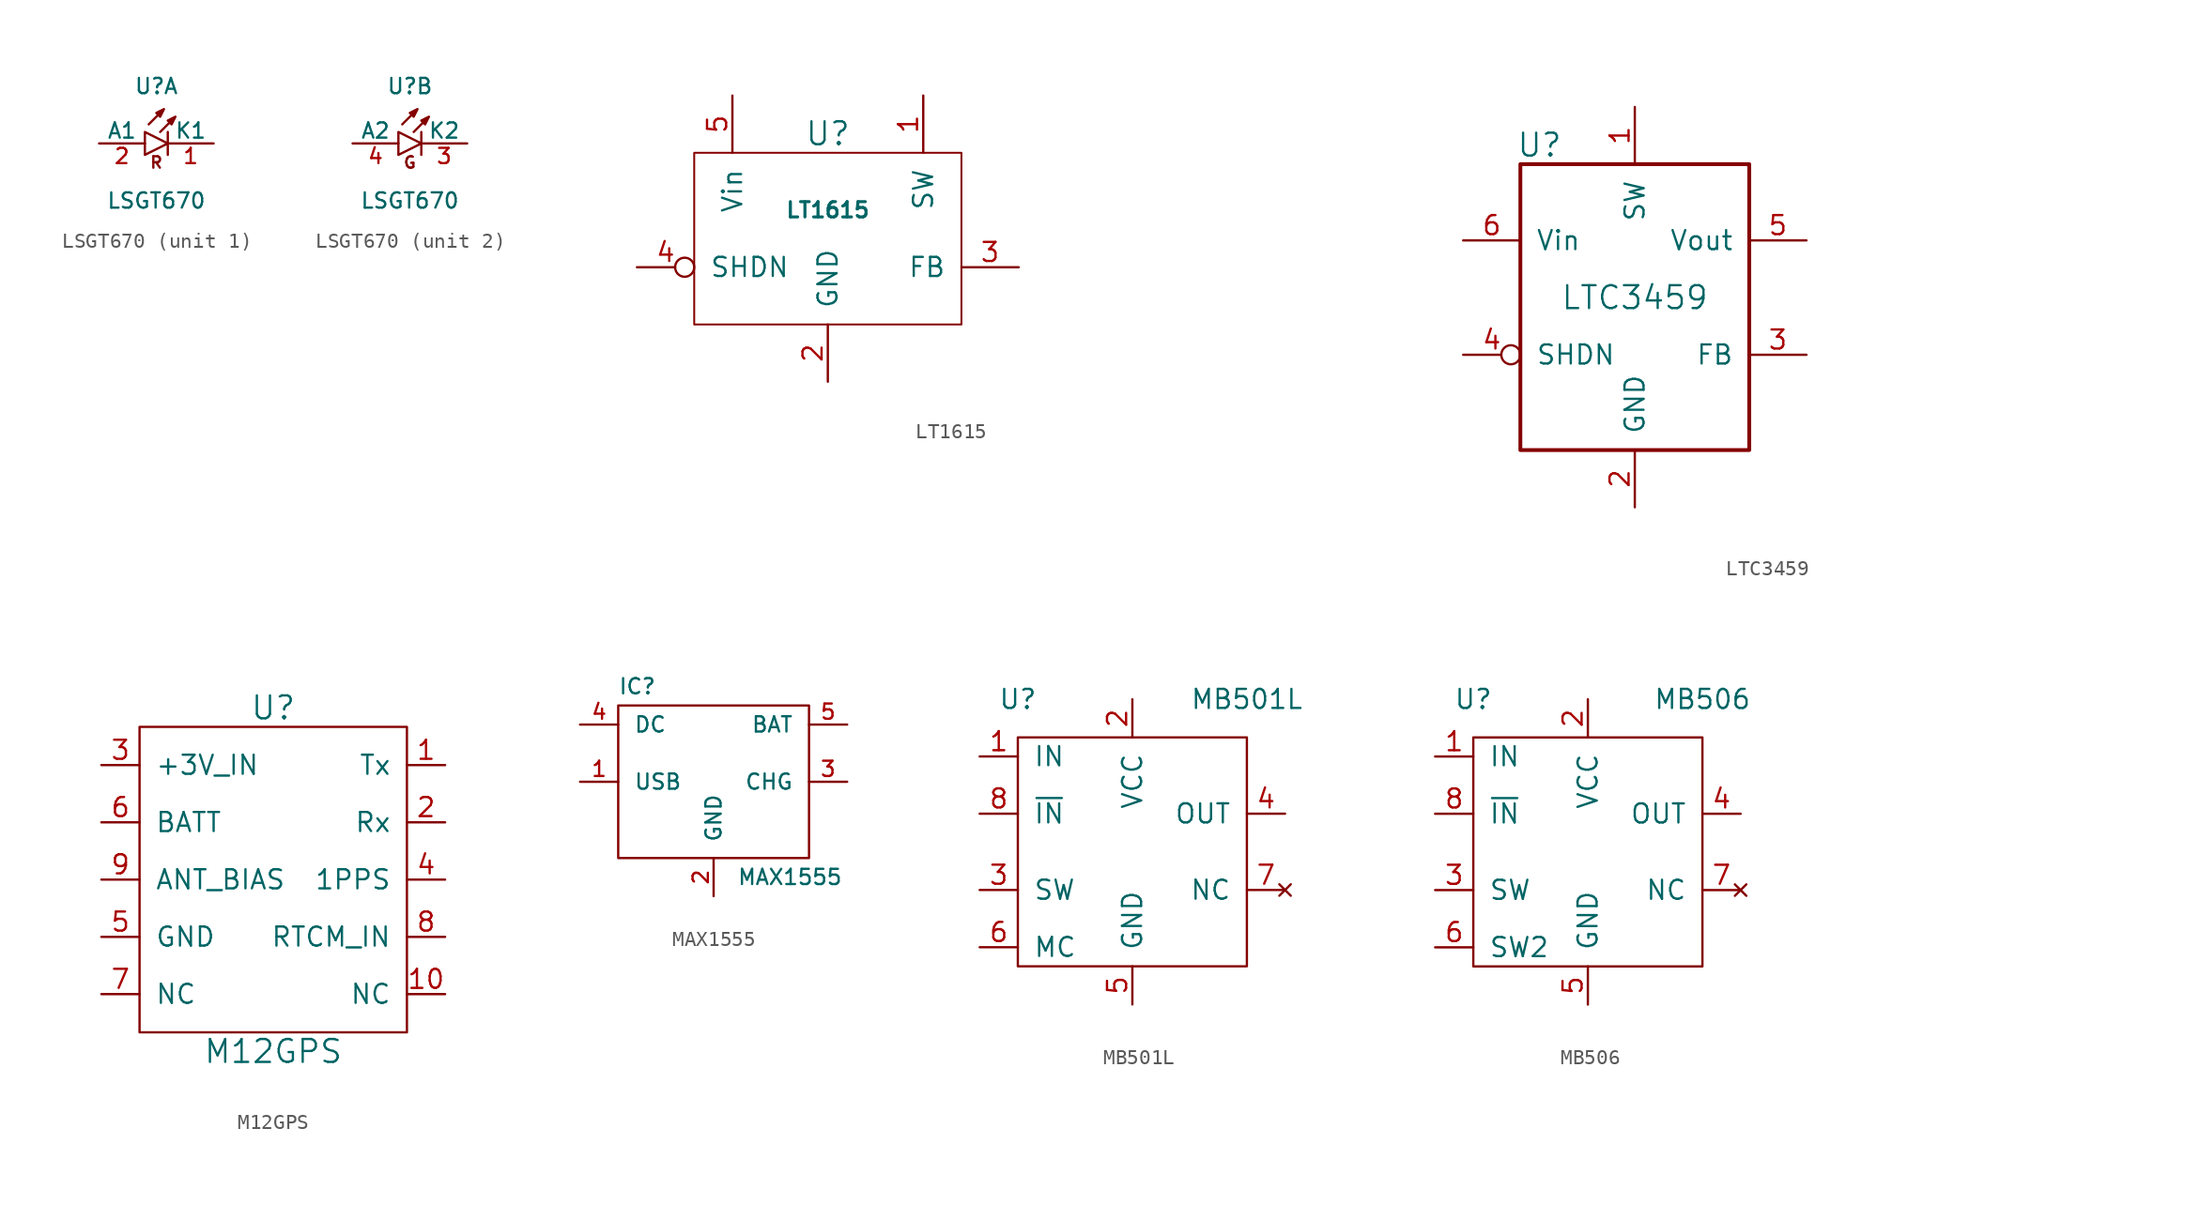
<source format=kicad_sym>
(kicad_symbol_lib
  (version 20211014)
  (generator kicad_symbol_editor)
  (symbol "LSGT670"
    (pin_names
      (offset 0))
    (property "Reference" "U"
      (at 0 3.81 0)
      (effects (font (size 1.016 1.016))))
    (property "Value" "LSGT670"
      (at 0 -3.81 0)
      (effects (font (size 1.016 1.016))))
    (property "Footprint" ""
      (at -0.508 0 0)
      (effects (font (size 1.524 1.524))))
    (property "Datasheet" ""
      (at -0.508 0 0)
      (effects (font (size 1.524 1.524))))
    (property "ki_locked" ""
      (at 0 0 0)
      (effects (font (size 1.27 1.27))))
    (symbol "LSGT670_0_1"
      (polyline (pts (xy 0.762 0.762) (xy 0.762 -0.762)) (stroke (width 0) (type default) (color 0 0 0 0)) (fill (type none)))
      (polyline (pts (xy -0.762 0.762) (xy 0.762 0) (xy -0.762 -0.762) (xy -0.762 0.762)) (stroke (width 0) (type default) (color 0 0 0 0)) (fill (type none)))
      (polyline (pts (xy -0.508 1.27) (xy 0.508 2.286) (xy 0.254 1.778) (xy 0 2.032) (xy 0.508 2.286)) (stroke (width 0) (type default) (color 0 0 0 0)) (fill (type none)))
      (polyline (pts (xy 0.254 0.762) (xy 1.27 1.778) (xy 1.016 1.27) (xy 0.762 1.524) (xy 1.27 1.778)) (stroke (width 0) (type default) (color 0 0 0 0)) (fill (type none))))
    (symbol "LSGT670_1_0"
      (text "R" (at 0 -1.27 0) (effects (font (size 0.762 0.762) bold))))
    (symbol "LSGT670_1_1"
      (pin input line (at 3.81 0 180) (length 3.048) (name "K1" (effects (font (size 1.016 1.016)))) (number "1" (effects (font (size 1.016 1.016)))))
      (pin input line (at -3.81 0 0) (length 3.048) (name "A1" (effects (font (size 1.016 1.016)))) (number "2" (effects (font (size 1.016 1.016))))))
    (symbol "LSGT670_2_0"
      (text "G" (at 0 -1.27 0) (effects (font (size 0.762 0.762) bold))))
    (symbol "LSGT670_2_1"
      (pin input line (at 3.81 0 180) (length 3.048) (name "K2" (effects (font (size 1.016 1.016)))) (number "3" (effects (font (size 1.016 1.016)))))
      (pin input line (at -3.81 0 0) (length 3.048) (name "A2" (effects (font (size 1.016 1.016)))) (number "4" (effects (font (size 1.016 1.016)))))))
  (symbol "LT1615"
    (pin_names
      (offset 1.016))
    (property "Reference" "U"
      (at 0 8.89 0)
      (effects (font (size 1.524 1.524))))
    (property "Value" "LT1615"
      (at 0 3.81 0)
      (effects (font (size 1.016 1.016) bold)))
    (property "Footprint" ""
      (at 29.21 -3.81 0)
      (effects (font (size 1.524 1.524))))
    (property "Datasheet" ""
      (at 29.21 -3.81 0)
      (effects (font (size 1.524 1.524))))
    (symbol "LT1615_0_1"
      (rectangle (start -8.89 7.62) (end 8.89 -3.81) (stroke (width 0.127) (type default) (color 0 0 0 0)) (fill (type none))))
    (symbol "LT1615_1_1"
      (pin passive line (at 6.35 11.43 270) (length 3.81) (name "SW" (effects (font (size 1.27 1.27)))) (number "1" (effects (font (size 1.27 1.27)))))
      (pin passive line (at 0 -7.62 90) (length 3.81) (name "GND" (effects (font (size 1.27 1.27)))) (number "2" (effects (font (size 1.27 1.27)))))
      (pin passive line (at 12.7 0 180) (length 3.81) (name "FB" (effects (font (size 1.27 1.27)))) (number "3" (effects (font (size 1.27 1.27)))))
      (pin passive inverted (at -12.7 0 0) (length 3.81) (name "SHDN" (effects (font (size 1.27 1.27)))) (number "4" (effects (font (size 1.27 1.27)))))
      (pin passive line (at -6.35 11.43 270) (length 3.81) (name "Vin" (effects (font (size 1.27 1.27)))) (number "5" (effects (font (size 1.27 1.27)))))))
  (symbol "LTC3459"
    (pin_names
      (offset 1.016))
    (property "Reference" "U"
      (at -6.35 10.16 0)
      (effects (font (size 1.524 1.524))))
    (property "Value" "LTC3459"
      (at 0 0 0)
      (effects (font (size 1.524 1.524))))
    (property "Footprint" ""
      (at 29.21 -3.81 0)
      (effects (font (size 1.524 1.524))))
    (property "Datasheet" ""
      (at 29.21 -3.81 0)
      (effects (font (size 1.524 1.524))))
    (symbol "LTC3459_0_0"
      (rectangle (start -7.62 8.89) (end 7.62 -10.16) (stroke (width 0.254) (type default) (color 0 0 0 0)) (fill (type none))))
    (symbol "LTC3459_1_1"
      (pin passive line (at 0 12.7 270) (length 3.81) (name "SW" (effects (font (size 1.27 1.27)))) (number "1" (effects (font (size 1.27 1.27)))))
      (pin passive line (at 0 -13.97 90) (length 3.81) (name "GND" (effects (font (size 1.27 1.27)))) (number "2" (effects (font (size 1.27 1.27)))))
      (pin passive line (at 11.43 -3.81 180) (length 3.81) (name "FB" (effects (font (size 1.27 1.27)))) (number "3" (effects (font (size 1.27 1.27)))))
      (pin passive inverted (at -11.43 -3.81 0) (length 3.81) (name "SHDN" (effects (font (size 1.27 1.27)))) (number "4" (effects (font (size 1.27 1.27)))))
      (pin passive line (at 11.43 3.81 180) (length 3.81) (name "Vout" (effects (font (size 1.27 1.27)))) (number "5" (effects (font (size 1.27 1.27)))))
      (pin passive line (at -11.43 3.81 0) (length 3.81) (name "Vin" (effects (font (size 1.27 1.27)))) (number "6" (effects (font (size 1.27 1.27)))))))
  (symbol "M12GPS"
    (pin_names
      (offset 1.016))
    (property "Reference" "U"
      (at 0 11.43 0)
      (effects (font (size 1.524 1.524))))
    (property "Value" "M12GPS"
      (at 0 -11.43 0)
      (effects (font (size 1.524 1.524))))
    (symbol "M12GPS_0_1"
      (rectangle (start -8.89 10.16) (end 8.89 -10.16) (stroke (width 0) (type default) (color 0 0 0 0)) (fill (type none))))
    (symbol "M12GPS_1_1"
      (pin input line (at 11.43 7.62 180) (length 2.54) (name "Tx" (effects (font (size 1.27 1.27)))) (number "1" (effects (font (size 1.27 1.27)))))
      (pin input line (at 11.43 -7.62 180) (length 2.54) (name "NC" (effects (font (size 1.27 1.27)))) (number "10" (effects (font (size 1.27 1.27)))))
      (pin input line (at 11.43 3.81 180) (length 2.54) (name "Rx" (effects (font (size 1.27 1.27)))) (number "2" (effects (font (size 1.27 1.27)))))
      (pin input line (at -11.43 7.62 0) (length 2.54) (name "+3V_IN" (effects (font (size 1.27 1.27)))) (number "3" (effects (font (size 1.27 1.27)))))
      (pin input line (at 11.43 0 180) (length 2.54) (name "1PPS" (effects (font (size 1.27 1.27)))) (number "4" (effects (font (size 1.27 1.27)))))
      (pin input line (at -11.43 -3.81 0) (length 2.54) (name "GND" (effects (font (size 1.27 1.27)))) (number "5" (effects (font (size 1.27 1.27)))))
      (pin input line (at -11.43 3.81 0) (length 2.54) (name "BATT" (effects (font (size 1.27 1.27)))) (number "6" (effects (font (size 1.27 1.27)))))
      (pin input line (at -11.43 -7.62 0) (length 2.54) (name "NC" (effects (font (size 1.27 1.27)))) (number "7" (effects (font (size 1.27 1.27)))))
      (pin input line (at 11.43 -3.81 180) (length 2.54) (name "RTCM_IN" (effects (font (size 1.27 1.27)))) (number "8" (effects (font (size 1.27 1.27)))))
      (pin input line (at -11.43 0 0) (length 2.54) (name "ANT_BIAS" (effects (font (size 1.27 1.27)))) (number "9" (effects (font (size 1.27 1.27)))))))
  (symbol "MAX1555"
    (pin_names
      (offset 1.016))
    (property "Reference" "IC"
      (at -5.08 5.08 0)
      (effects (font (size 1.016 1.016))))
    (property "Value" "MAX1555"
      (at 5.08 -7.62 0)
      (effects (font (size 1.016 1.016))))
    (property "Datasheet" ""
      (at 0 3.81 0)
      (effects (font (size 1.524 1.524))))
    (property "ki_locked" ""
      (at 0 0 0)
      (effects (font (size 1.27 1.27))))
    (symbol "MAX1555_0_1"
      (rectangle (start -6.35 3.81) (end 6.35 -6.35) (stroke (width 0) (type default) (color 0 0 0 0)) (fill (type none))))
    (symbol "MAX1555_1_1"
      (pin input line (at -8.89 -1.27 0) (length 2.54) (name "USB" (effects (font (size 1.016 1.016)))) (number "1" (effects (font (size 1.016 1.016)))))
      (pin power_in line (at 0 -8.89 90) (length 2.54) (name "GND" (effects (font (size 1.016 1.016)))) (number "2" (effects (font (size 1.016 1.016)))))
      (pin open_collector line (at 8.89 -1.27 180) (length 2.54) (name "CHG" (effects (font (size 1.016 1.016)))) (number "3" (effects (font (size 1.016 1.016)))))
      (pin input line (at -8.89 2.54 0) (length 2.54) (name "DC" (effects (font (size 1.016 1.016)))) (number "4" (effects (font (size 1.016 1.016)))))
      (pin output line (at 8.89 2.54 180) (length 2.54) (name "BAT" (effects (font (size 1.016 1.016)))) (number "5" (effects (font (size 1.016 1.016)))))))
  (symbol "MB501L"
    (pin_names
      (offset 1.016))
    (property "Reference" "U"
      (at -7.62 10.16 0)
      (effects (font (size 1.27 1.27))))
    (property "Value" "MB501L"
      (at 7.62 10.16 0)
      (effects (font (size 1.27 1.27))))
    (symbol "MB501L_0_1"
      (polyline (pts (xy 0 7.62) (xy -7.62 7.62) (xy -7.62 -7.62) (xy 7.62 -7.62) (xy 7.62 7.62) (xy 0 7.62)) (stroke (width 0) (type default) (color 0 0 0 0)) (fill (type none))))
    (symbol "MB501L_1_1"
      (pin input line (at -10.16 6.35 0) (length 2.54) (name "IN" (effects (font (size 1.27 1.27)))) (number "1" (effects (font (size 1.27 1.27)))))
      (pin power_in line (at 0 10.16 270) (length 2.54) (name "VCC" (effects (font (size 1.27 1.27)))) (number "2" (effects (font (size 1.27 1.27)))))
      (pin input line (at -10.16 -2.54 0) (length 2.54) (name "SW" (effects (font (size 1.27 1.27)))) (number "3" (effects (font (size 1.27 1.27)))))
      (pin output line (at 10.16 2.54 180) (length 2.54) (name "OUT" (effects (font (size 1.27 1.27)))) (number "4" (effects (font (size 1.27 1.27)))))
      (pin power_in line (at 0 -10.16 90) (length 2.54) (name "GND" (effects (font (size 1.27 1.27)))) (number "5" (effects (font (size 1.27 1.27)))))
      (pin input line (at -10.16 -6.35 0) (length 2.54) (name "MC" (effects (font (size 1.27 1.27)))) (number "6" (effects (font (size 1.27 1.27)))))
      (pin no_connect line (at 10.16 -2.54 180) (length 2.54) (name "NC" (effects (font (size 1.27 1.27)))) (number "7" (effects (font (size 1.27 1.27)))))
      (pin input line (at -10.16 2.54 0) (length 2.54) (name "~{IN}" (effects (font (size 1.27 1.27)))) (number "8" (effects (font (size 1.27 1.27)))))))
  (symbol "MB506"
    (pin_names
      (offset 1.016))
    (property "Reference" "U"
      (at -7.62 10.16 0)
      (effects (font (size 1.27 1.27))))
    (property "Value" "MB506"
      (at 7.62 10.16 0)
      (effects (font (size 1.27 1.27))))
    (symbol "MB506_0_1"
      (polyline (pts (xy 0 7.62) (xy -7.62 7.62) (xy -7.62 -7.62) (xy 7.62 -7.62) (xy 7.62 7.62) (xy 0 7.62)) (stroke (width 0) (type default) (color 0 0 0 0)) (fill (type none))))
    (symbol "MB506_1_1"
      (pin input line (at -10.16 6.35 0) (length 2.54) (name "IN" (effects (font (size 1.27 1.27)))) (number "1" (effects (font (size 1.27 1.27)))))
      (pin power_in line (at 0 10.16 270) (length 2.54) (name "VCC" (effects (font (size 1.27 1.27)))) (number "2" (effects (font (size 1.27 1.27)))))
      (pin input line (at -10.16 -2.54 0) (length 2.54) (name "SW" (effects (font (size 1.27 1.27)))) (number "3" (effects (font (size 1.27 1.27)))))
      (pin output line (at 10.16 2.54 180) (length 2.54) (name "OUT" (effects (font (size 1.27 1.27)))) (number "4" (effects (font (size 1.27 1.27)))))
      (pin power_in line (at 0 -10.16 90) (length 2.54) (name "GND" (effects (font (size 1.27 1.27)))) (number "5" (effects (font (size 1.27 1.27)))))
      (pin input line (at -10.16 -6.35 0) (length 2.54) (name "SW2" (effects (font (size 1.27 1.27)))) (number "6" (effects (font (size 1.27 1.27)))))
      (pin no_connect line (at 10.16 -2.54 180) (length 2.54) (name "NC" (effects (font (size 1.27 1.27)))) (number "7" (effects (font (size 1.27 1.27)))))
      (pin input line (at -10.16 2.54 0) (length 2.54) (name "~{IN}" (effects (font (size 1.27 1.27)))) (number "8" (effects (font (size 1.27 1.27))))))))
</source>
